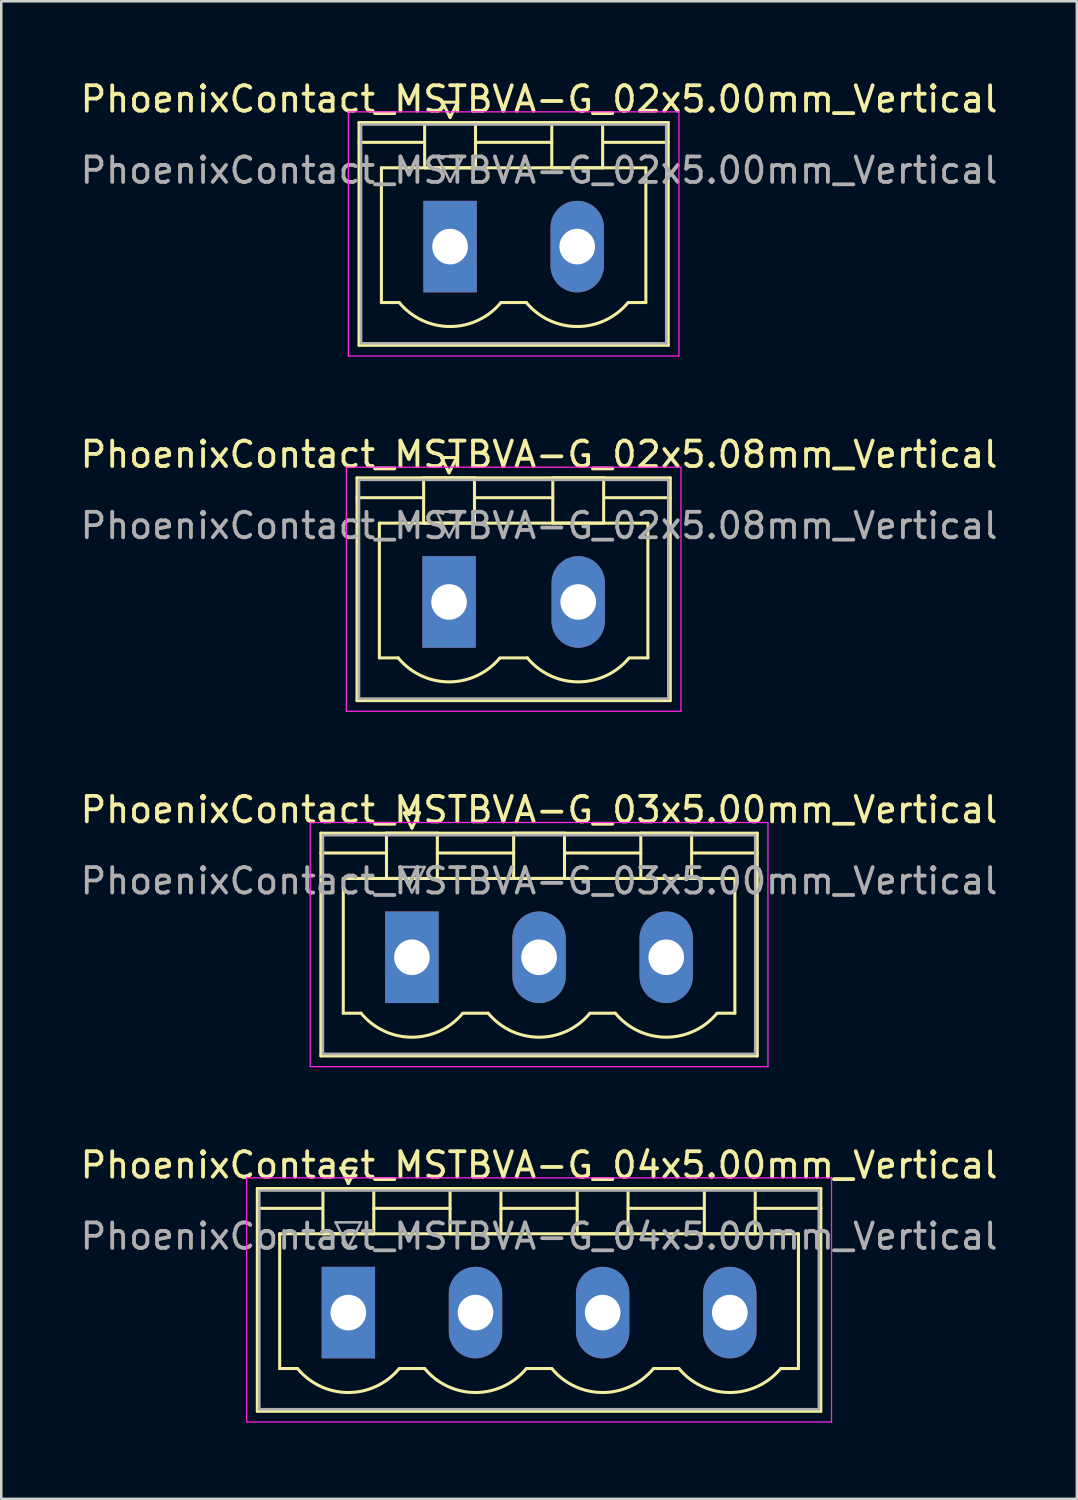
<source format=kicad_pcb>
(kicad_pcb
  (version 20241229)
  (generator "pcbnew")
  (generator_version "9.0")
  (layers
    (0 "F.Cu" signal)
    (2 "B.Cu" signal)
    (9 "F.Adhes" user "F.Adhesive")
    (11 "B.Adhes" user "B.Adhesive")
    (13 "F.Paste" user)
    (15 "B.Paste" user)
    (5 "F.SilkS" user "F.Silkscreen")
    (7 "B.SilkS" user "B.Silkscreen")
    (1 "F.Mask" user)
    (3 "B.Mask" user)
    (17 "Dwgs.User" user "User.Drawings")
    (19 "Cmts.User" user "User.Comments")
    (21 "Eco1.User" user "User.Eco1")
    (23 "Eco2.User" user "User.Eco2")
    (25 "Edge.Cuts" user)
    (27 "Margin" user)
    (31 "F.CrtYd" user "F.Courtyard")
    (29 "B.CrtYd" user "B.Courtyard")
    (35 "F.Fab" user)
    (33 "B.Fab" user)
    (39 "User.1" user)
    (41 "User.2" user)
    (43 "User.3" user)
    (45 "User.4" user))
  (footprint "PhoenixContact_MSTBVA-G_02x5.08mm_Vertical"
    (layer "F.Cu")
    (at 14.609 20.622)
    (property "Reference" "PhoenixContact_MSTBVA-G_02x5.08mm_Vertical" (at 3.54 -5.8 0) (layer "F.SilkS") (effects (font (size 1 1) (thickness 0.15))))
    (attr through_hole)
    (fp_line (start -3.62 -4.88) (end -3.62 3.88) (stroke (width 0.12) (type solid)) (layer "F.SilkS"))
    (fp_line (start -3.62 -4.1) (end -1.08 -4.1) (stroke (width 0.12) (type solid)) (layer "F.SilkS"))
    (fp_line (start -3.62 3.88) (end 8.7 3.88) (stroke (width 0.12) (type solid)) (layer "F.SilkS"))
    (fp_line (start -2.74 -3.1) (end 7.82 -3.1) (stroke (width 0.12) (type solid)) (layer "F.SilkS"))
    (fp_line (start -2.74 2.2) (end -2.74 -3.1) (stroke (width 0.12) (type solid)) (layer "F.SilkS"))
    (fp_line (start -2 2.2) (end -2.74 2.2) (stroke (width 0.12) (type solid)) (layer "F.SilkS"))
    (fp_line (start -1 -4.88) (end 1 -4.88) (stroke (width 0.12) (type solid)) (layer "F.SilkS"))
    (fp_line (start -1 -3.1) (end -1 -4.88) (stroke (width 0.12) (type solid)) (layer "F.SilkS"))
    (fp_line (start -0.3 -5.68) (end 0.3 -5.68) (stroke (width 0.12) (type solid)) (layer "F.SilkS"))
    (fp_line (start 0 -5.08) (end -0.3 -5.68) (stroke (width 0.12) (type solid)) (layer "F.SilkS"))
    (fp_line (start 0.3 -5.68) (end 0 -5.08) (stroke (width 0.12) (type solid)) (layer "F.SilkS"))
    (fp_line (start 1 -4.88) (end 1 -3.1) (stroke (width 0.12) (type solid)) (layer "F.SilkS"))
    (fp_line (start 1 -4.1) (end 4.08 -4.1) (stroke (width 0.12) (type solid)) (layer "F.SilkS"))
    (fp_line (start 1 -3.1) (end -1 -3.1) (stroke (width 0.12) (type solid)) (layer "F.SilkS"))
    (fp_line (start 2 2.2) (end 3.08 2.2) (stroke (width 0.12) (type solid)) (layer "F.SilkS"))
    (fp_line (start 4.08 -4.88) (end 6.08 -4.88) (stroke (width 0.12) (type solid)) (layer "F.SilkS"))
    (fp_line (start 4.08 -3.1) (end 4.08 -4.88) (stroke (width 0.12) (type solid)) (layer "F.SilkS"))
    (fp_line (start 6.08 -4.88) (end 6.08 -3.1) (stroke (width 0.12) (type solid)) (layer "F.SilkS"))
    (fp_line (start 6.08 -3.1) (end 4.08 -3.1) (stroke (width 0.12) (type solid)) (layer "F.SilkS"))
    (fp_line (start 7.82 -3.1) (end 7.82 2.2) (stroke (width 0.12) (type solid)) (layer "F.SilkS"))
    (fp_line (start 7.82 2.2) (end 7.08 2.2) (stroke (width 0.12) (type solid)) (layer "F.SilkS"))
    (fp_line (start 8.7 -4.88) (end -3.62 -4.88) (stroke (width 0.12) (type solid)) (layer "F.SilkS"))
    (fp_line (start 8.7 -4.1) (end 6.16 -4.1) (stroke (width 0.12) (type solid)) (layer "F.SilkS"))
    (fp_line (start 8.7 3.88) (end 8.7 -4.88) (stroke (width 0.12) (type solid)) (layer "F.SilkS"))
    (fp_arc (start 1.986842 2.215821) (mid -0.010289 3.142758) (end -2 2.2) (stroke (width 0.12) (type solid)) (layer "F.SilkS"))
    (fp_arc (start 7.066842 2.215821) (mid 5.069711 3.142758) (end 3.08 2.2) (stroke (width 0.12) (type solid)) (layer "F.SilkS"))
    (fp_line (start -4.04 -5.3) (end -4.04 4.3) (stroke (width 0.05) (type solid)) (layer "F.CrtYd"))
    (fp_line (start -4.04 4.3) (end 9.12 4.3) (stroke (width 0.05) (type solid)) (layer "F.CrtYd"))
    (fp_line (start 9.12 -5.3) (end -4.04 -5.3) (stroke (width 0.05) (type solid)) (layer "F.CrtYd"))
    (fp_line (start 9.12 4.3) (end 9.12 -5.3) (stroke (width 0.05) (type solid)) (layer "F.CrtYd"))
    (fp_line (start -3.54 -4.8) (end -3.54 3.8) (stroke (width 0.1) (type solid)) (layer "F.Fab"))
    (fp_line (start -3.54 3.8) (end 8.62 3.8) (stroke (width 0.1) (type solid)) (layer "F.Fab"))
    (fp_line (start -0.5 -3.55) (end 0.5 -3.55) (stroke (width 0.1) (type solid)) (layer "F.Fab"))
    (fp_line (start 0 -2.55) (end -0.5 -3.55) (stroke (width 0.1) (type solid)) (layer "F.Fab"))
    (fp_line (start 0.5 -3.55) (end 0 -2.55) (stroke (width 0.1) (type solid)) (layer "F.Fab"))
    (fp_line (start 8.62 -4.8) (end -3.54 -4.8) (stroke (width 0.1) (type solid)) (layer "F.Fab"))
    (fp_line (start 8.62 3.8) (end 8.62 -4.8) (stroke (width 0.1) (type solid)) (layer "F.Fab"))
    (fp_text user "${REFERENCE}" (at 3.54 -3 0) (layer "F.Fab") (effects (font (size 1 1) (thickness 0.15))))
    (pad "1" thru_hole rect (at 0 0) (size 2.1 3.6) (drill 1.4) (layers "*.Cu" "*.Mask"))
    (pad "2" thru_hole oval (at 5.08 0) (size 2.1 3.6) (drill 1.4) (layers "*.Cu" "*.Mask")))
  (footprint "PhoenixContact_MSTBVA-G_02x5.00mm_Vertical"
    (layer "F.Cu")
    (at 14.649 6.648)
    (property "Reference" "PhoenixContact_MSTBVA-G_02x5.00mm_Vertical" (at 3.5 -5.8 0) (layer "F.SilkS") (effects (font (size 1 1) (thickness 0.15))))
    (attr through_hole)
    (fp_line (start -3.58 -4.88) (end -3.58 3.88) (stroke (width 0.12) (type solid)) (layer "F.SilkS"))
    (fp_line (start -3.58 -4.1) (end -1.08 -4.1) (stroke (width 0.12) (type solid)) (layer "F.SilkS"))
    (fp_line (start -3.58 3.88) (end 8.58 3.88) (stroke (width 0.12) (type solid)) (layer "F.SilkS"))
    (fp_line (start -2.7 -3.1) (end 7.7 -3.1) (stroke (width 0.12) (type solid)) (layer "F.SilkS"))
    (fp_line (start -2.7 2.2) (end -2.7 -3.1) (stroke (width 0.12) (type solid)) (layer "F.SilkS"))
    (fp_line (start -2 2.2) (end -2.7 2.2) (stroke (width 0.12) (type solid)) (layer "F.SilkS"))
    (fp_line (start -1 -4.88) (end 1 -4.88) (stroke (width 0.12) (type solid)) (layer "F.SilkS"))
    (fp_line (start -1 -3.1) (end -1 -4.88) (stroke (width 0.12) (type solid)) (layer "F.SilkS"))
    (fp_line (start -0.3 -5.68) (end 0.3 -5.68) (stroke (width 0.12) (type solid)) (layer "F.SilkS"))
    (fp_line (start 0 -5.08) (end -0.3 -5.68) (stroke (width 0.12) (type solid)) (layer "F.SilkS"))
    (fp_line (start 0.3 -5.68) (end 0 -5.08) (stroke (width 0.12) (type solid)) (layer "F.SilkS"))
    (fp_line (start 1 -4.88) (end 1 -3.1) (stroke (width 0.12) (type solid)) (layer "F.SilkS"))
    (fp_line (start 1 -4.1) (end 4 -4.1) (stroke (width 0.12) (type solid)) (layer "F.SilkS"))
    (fp_line (start 1 -3.1) (end -1 -3.1) (stroke (width 0.12) (type solid)) (layer "F.SilkS"))
    (fp_line (start 2 2.2) (end 3 2.2) (stroke (width 0.12) (type solid)) (layer "F.SilkS"))
    (fp_line (start 4 -4.88) (end 6 -4.88) (stroke (width 0.12) (type solid)) (layer "F.SilkS"))
    (fp_line (start 4 -3.1) (end 4 -4.88) (stroke (width 0.12) (type solid)) (layer "F.SilkS"))
    (fp_line (start 6 -4.88) (end 6 -3.1) (stroke (width 0.12) (type solid)) (layer "F.SilkS"))
    (fp_line (start 6 -3.1) (end 4 -3.1) (stroke (width 0.12) (type solid)) (layer "F.SilkS"))
    (fp_line (start 7.7 -3.1) (end 7.7 2.2) (stroke (width 0.12) (type solid)) (layer "F.SilkS"))
    (fp_line (start 7.7 2.2) (end 7 2.2) (stroke (width 0.12) (type solid)) (layer "F.SilkS"))
    (fp_line (start 8.58 -4.88) (end -3.58 -4.88) (stroke (width 0.12) (type solid)) (layer "F.SilkS"))
    (fp_line (start 8.58 -4.1) (end 6.08 -4.1) (stroke (width 0.12) (type solid)) (layer "F.SilkS"))
    (fp_line (start 8.58 3.88) (end 8.58 -4.88) (stroke (width 0.12) (type solid)) (layer "F.SilkS"))
    (fp_arc (start 1.986842 2.215821) (mid -0.010289 3.142758) (end -2 2.2) (stroke (width 0.12) (type solid)) (layer "F.SilkS"))
    (fp_arc (start 6.986842 2.215821) (mid 4.989711 3.142758) (end 3 2.2) (stroke (width 0.12) (type solid)) (layer "F.SilkS"))
    (fp_line (start -4 -5.3) (end -4 4.3) (stroke (width 0.05) (type solid)) (layer "F.CrtYd"))
    (fp_line (start -4 4.3) (end 9 4.3) (stroke (width 0.05) (type solid)) (layer "F.CrtYd"))
    (fp_line (start 9 -5.3) (end -4 -5.3) (stroke (width 0.05) (type solid)) (layer "F.CrtYd"))
    (fp_line (start 9 4.3) (end 9 -5.3) (stroke (width 0.05) (type solid)) (layer "F.CrtYd"))
    (fp_line (start -3.5 -4.8) (end -3.5 3.8) (stroke (width 0.1) (type solid)) (layer "F.Fab"))
    (fp_line (start -3.5 3.8) (end 8.5 3.8) (stroke (width 0.1) (type solid)) (layer "F.Fab"))
    (fp_line (start -0.5 -3.55) (end 0.5 -3.55) (stroke (width 0.1) (type solid)) (layer "F.Fab"))
    (fp_line (start 0 -2.55) (end -0.5 -3.55) (stroke (width 0.1) (type solid)) (layer "F.Fab"))
    (fp_line (start 0.5 -3.55) (end 0 -2.55) (stroke (width 0.1) (type solid)) (layer "F.Fab"))
    (fp_line (start 8.5 -4.8) (end -3.5 -4.8) (stroke (width 0.1) (type solid)) (layer "F.Fab"))
    (fp_line (start 8.5 3.8) (end 8.5 -4.8) (stroke (width 0.1) (type solid)) (layer "F.Fab"))
    (fp_text user "${REFERENCE}" (at 3.5 -3 0) (layer "F.Fab") (effects (font (size 1 1) (thickness 0.15))))
    (pad "1" thru_hole rect (at 0 0) (size 2.1 3.6) (drill 1.4) (layers "*.Cu" "*.Mask"))
    (pad "2" thru_hole oval (at 5 0) (size 2.1 3.6) (drill 1.4) (layers "*.Cu" "*.Mask")))
  (footprint "PhoenixContact_MSTBVA-G_04x5.00mm_Vertical"
    (layer "F.Cu")
    (at 10.649 48.568)
    (property "Reference" "PhoenixContact_MSTBVA-G_04x5.00mm_Vertical" (at 7.5 -5.8 0) (layer "F.SilkS") (effects (font (size 1 1) (thickness 0.15))))
    (attr through_hole)
    (fp_line (start -3.58 -4.88) (end -3.58 3.88) (stroke (width 0.12) (type solid)) (layer "F.SilkS"))
    (fp_line (start -3.58 -4.1) (end -1.08 -4.1) (stroke (width 0.12) (type solid)) (layer "F.SilkS"))
    (fp_line (start -3.58 3.88) (end 18.58 3.88) (stroke (width 0.12) (type solid)) (layer "F.SilkS"))
    (fp_line (start -2.7 -3.1) (end 17.7 -3.1) (stroke (width 0.12) (type solid)) (layer "F.SilkS"))
    (fp_line (start -2.7 2.2) (end -2.7 -3.1) (stroke (width 0.12) (type solid)) (layer "F.SilkS"))
    (fp_line (start -2 2.2) (end -2.7 2.2) (stroke (width 0.12) (type solid)) (layer "F.SilkS"))
    (fp_line (start -1 -4.88) (end 1 -4.88) (stroke (width 0.12) (type solid)) (layer "F.SilkS"))
    (fp_line (start -1 -3.1) (end -1 -4.88) (stroke (width 0.12) (type solid)) (layer "F.SilkS"))
    (fp_line (start -0.3 -5.68) (end 0.3 -5.68) (stroke (width 0.12) (type solid)) (layer "F.SilkS"))
    (fp_line (start 0 -5.08) (end -0.3 -5.68) (stroke (width 0.12) (type solid)) (layer "F.SilkS"))
    (fp_line (start 0.3 -5.68) (end 0 -5.08) (stroke (width 0.12) (type solid)) (layer "F.SilkS"))
    (fp_line (start 1 -4.88) (end 1 -3.1) (stroke (width 0.12) (type solid)) (layer "F.SilkS"))
    (fp_line (start 1 -4.1) (end 4 -4.1) (stroke (width 0.12) (type solid)) (layer "F.SilkS"))
    (fp_line (start 1 -3.1) (end -1 -3.1) (stroke (width 0.12) (type solid)) (layer "F.SilkS"))
    (fp_line (start 2 2.2) (end 3 2.2) (stroke (width 0.12) (type solid)) (layer "F.SilkS"))
    (fp_line (start 4 -4.88) (end 6 -4.88) (stroke (width 0.12) (type solid)) (layer "F.SilkS"))
    (fp_line (start 4 -3.1) (end 4 -4.88) (stroke (width 0.12) (type solid)) (layer "F.SilkS"))
    (fp_line (start 6 -4.88) (end 6 -3.1) (stroke (width 0.12) (type solid)) (layer "F.SilkS"))
    (fp_line (start 6 -4.1) (end 9 -4.1) (stroke (width 0.12) (type solid)) (layer "F.SilkS"))
    (fp_line (start 6 -3.1) (end 4 -3.1) (stroke (width 0.12) (type solid)) (layer "F.SilkS"))
    (fp_line (start 7 2.2) (end 8 2.2) (stroke (width 0.12) (type solid)) (layer "F.SilkS"))
    (fp_line (start 9 -4.88) (end 11 -4.88) (stroke (width 0.12) (type solid)) (layer "F.SilkS"))
    (fp_line (start 9 -3.1) (end 9 -4.88) (stroke (width 0.12) (type solid)) (layer "F.SilkS"))
    (fp_line (start 11 -4.88) (end 11 -3.1) (stroke (width 0.12) (type solid)) (layer "F.SilkS"))
    (fp_line (start 11 -4.1) (end 14 -4.1) (stroke (width 0.12) (type solid)) (layer "F.SilkS"))
    (fp_line (start 11 -3.1) (end 9 -3.1) (stroke (width 0.12) (type solid)) (layer "F.SilkS"))
    (fp_line (start 12 2.2) (end 13 2.2) (stroke (width 0.12) (type solid)) (layer "F.SilkS"))
    (fp_line (start 14 -4.88) (end 16 -4.88) (stroke (width 0.12) (type solid)) (layer "F.SilkS"))
    (fp_line (start 14 -3.1) (end 14 -4.88) (stroke (width 0.12) (type solid)) (layer "F.SilkS"))
    (fp_line (start 16 -4.88) (end 16 -3.1) (stroke (width 0.12) (type solid)) (layer "F.SilkS"))
    (fp_line (start 16 -3.1) (end 14 -3.1) (stroke (width 0.12) (type solid)) (layer "F.SilkS"))
    (fp_line (start 17.7 -3.1) (end 17.7 2.2) (stroke (width 0.12) (type solid)) (layer "F.SilkS"))
    (fp_line (start 17.7 2.2) (end 17 2.2) (stroke (width 0.12) (type solid)) (layer "F.SilkS"))
    (fp_line (start 18.58 -4.88) (end -3.58 -4.88) (stroke (width 0.12) (type solid)) (layer "F.SilkS"))
    (fp_line (start 18.58 -4.1) (end 16.08 -4.1) (stroke (width 0.12) (type solid)) (layer "F.SilkS"))
    (fp_line (start 18.58 3.88) (end 18.58 -4.88) (stroke (width 0.12) (type solid)) (layer "F.SilkS"))
    (fp_arc (start 1.986842 2.215821) (mid -0.010289 3.142758) (end -2 2.2) (stroke (width 0.12) (type solid)) (layer "F.SilkS"))
    (fp_arc (start 6.986842 2.215821) (mid 4.989711 3.142758) (end 3 2.2) (stroke (width 0.12) (type solid)) (layer "F.SilkS"))
    (fp_arc (start 11.986842 2.215821) (mid 9.989711 3.142758) (end 8 2.2) (stroke (width 0.12) (type solid)) (layer "F.SilkS"))
    (fp_arc (start 16.986842 2.215821) (mid 14.989711 3.142758) (end 13 2.2) (stroke (width 0.12) (type solid)) (layer "F.SilkS"))
    (fp_line (start -4 -5.3) (end -4 4.3) (stroke (width 0.05) (type solid)) (layer "F.CrtYd"))
    (fp_line (start -4 4.3) (end 19 4.3) (stroke (width 0.05) (type solid)) (layer "F.CrtYd"))
    (fp_line (start 19 -5.3) (end -4 -5.3) (stroke (width 0.05) (type solid)) (layer "F.CrtYd"))
    (fp_line (start 19 4.3) (end 19 -5.3) (stroke (width 0.05) (type solid)) (layer "F.CrtYd"))
    (fp_line (start -3.5 -4.8) (end -3.5 3.8) (stroke (width 0.1) (type solid)) (layer "F.Fab"))
    (fp_line (start -3.5 3.8) (end 18.5 3.8) (stroke (width 0.1) (type solid)) (layer "F.Fab"))
    (fp_line (start -0.5 -3.55) (end 0.5 -3.55) (stroke (width 0.1) (type solid)) (layer "F.Fab"))
    (fp_line (start 0 -2.55) (end -0.5 -3.55) (stroke (width 0.1) (type solid)) (layer "F.Fab"))
    (fp_line (start 0.5 -3.55) (end 0 -2.55) (stroke (width 0.1) (type solid)) (layer "F.Fab"))
    (fp_line (start 18.5 -4.8) (end -3.5 -4.8) (stroke (width 0.1) (type solid)) (layer "F.Fab"))
    (fp_line (start 18.5 3.8) (end 18.5 -4.8) (stroke (width 0.1) (type solid)) (layer "F.Fab"))
    (fp_text user "${REFERENCE}" (at 7.5 -3 0) (layer "F.Fab") (effects (font (size 1 1) (thickness 0.15))))
    (pad "1" thru_hole rect (at 0 0) (size 2.1 3.6) (drill 1.4) (layers "*.Cu" "*.Mask"))
    (pad "2" thru_hole oval (at 5 0) (size 2.1 3.6) (drill 1.4) (layers "*.Cu" "*.Mask"))
    (pad "3" thru_hole oval (at 10 0) (size 2.1 3.6) (drill 1.4) (layers "*.Cu" "*.Mask"))
    (pad "4" thru_hole oval (at 15 0) (size 2.1 3.6) (drill 1.4) (layers "*.Cu" "*.Mask")))
  (footprint "PhoenixContact_MSTBVA-G_03x5.00mm_Vertical"
    (layer "F.Cu")
    (at 13.149 34.595)
    (property "Reference" "PhoenixContact_MSTBVA-G_03x5.00mm_Vertical" (at 5 -5.8 0) (layer "F.SilkS") (effects (font (size 1 1) (thickness 0.15))))
    (attr through_hole)
    (fp_line (start -3.58 -4.88) (end -3.58 3.88) (stroke (width 0.12) (type solid)) (layer "F.SilkS"))
    (fp_line (start -3.58 -4.1) (end -1.08 -4.1) (stroke (width 0.12) (type solid)) (layer "F.SilkS"))
    (fp_line (start -3.58 3.88) (end 13.58 3.88) (stroke (width 0.12) (type solid)) (layer "F.SilkS"))
    (fp_line (start -2.7 -3.1) (end 12.7 -3.1) (stroke (width 0.12) (type solid)) (layer "F.SilkS"))
    (fp_line (start -2.7 2.2) (end -2.7 -3.1) (stroke (width 0.12) (type solid)) (layer "F.SilkS"))
    (fp_line (start -2 2.2) (end -2.7 2.2) (stroke (width 0.12) (type solid)) (layer "F.SilkS"))
    (fp_line (start -1 -4.88) (end 1 -4.88) (stroke (width 0.12) (type solid)) (layer "F.SilkS"))
    (fp_line (start -1 -3.1) (end -1 -4.88) (stroke (width 0.12) (type solid)) (layer "F.SilkS"))
    (fp_line (start -0.3 -5.68) (end 0.3 -5.68) (stroke (width 0.12) (type solid)) (layer "F.SilkS"))
    (fp_line (start 0 -5.08) (end -0.3 -5.68) (stroke (width 0.12) (type solid)) (layer "F.SilkS"))
    (fp_line (start 0.3 -5.68) (end 0 -5.08) (stroke (width 0.12) (type solid)) (layer "F.SilkS"))
    (fp_line (start 1 -4.88) (end 1 -3.1) (stroke (width 0.12) (type solid)) (layer "F.SilkS"))
    (fp_line (start 1 -4.1) (end 4 -4.1) (stroke (width 0.12) (type solid)) (layer "F.SilkS"))
    (fp_line (start 1 -3.1) (end -1 -3.1) (stroke (width 0.12) (type solid)) (layer "F.SilkS"))
    (fp_line (start 2 2.2) (end 3 2.2) (stroke (width 0.12) (type solid)) (layer "F.SilkS"))
    (fp_line (start 4 -4.88) (end 6 -4.88) (stroke (width 0.12) (type solid)) (layer "F.SilkS"))
    (fp_line (start 4 -3.1) (end 4 -4.88) (stroke (width 0.12) (type solid)) (layer "F.SilkS"))
    (fp_line (start 6 -4.88) (end 6 -3.1) (stroke (width 0.12) (type solid)) (layer "F.SilkS"))
    (fp_line (start 6 -4.1) (end 9 -4.1) (stroke (width 0.12) (type solid)) (layer "F.SilkS"))
    (fp_line (start 6 -3.1) (end 4 -3.1) (stroke (width 0.12) (type solid)) (layer "F.SilkS"))
    (fp_line (start 7 2.2) (end 8 2.2) (stroke (width 0.12) (type solid)) (layer "F.SilkS"))
    (fp_line (start 9 -4.88) (end 11 -4.88) (stroke (width 0.12) (type solid)) (layer "F.SilkS"))
    (fp_line (start 9 -3.1) (end 9 -4.88) (stroke (width 0.12) (type solid)) (layer "F.SilkS"))
    (fp_line (start 11 -4.88) (end 11 -3.1) (stroke (width 0.12) (type solid)) (layer "F.SilkS"))
    (fp_line (start 11 -3.1) (end 9 -3.1) (stroke (width 0.12) (type solid)) (layer "F.SilkS"))
    (fp_line (start 12.7 -3.1) (end 12.7 2.2) (stroke (width 0.12) (type solid)) (layer "F.SilkS"))
    (fp_line (start 12.7 2.2) (end 12 2.2) (stroke (width 0.12) (type solid)) (layer "F.SilkS"))
    (fp_line (start 13.58 -4.88) (end -3.58 -4.88) (stroke (width 0.12) (type solid)) (layer "F.SilkS"))
    (fp_line (start 13.58 -4.1) (end 11.08 -4.1) (stroke (width 0.12) (type solid)) (layer "F.SilkS"))
    (fp_line (start 13.58 3.88) (end 13.58 -4.88) (stroke (width 0.12) (type solid)) (layer "F.SilkS"))
    (fp_arc (start 1.986842 2.215821) (mid -0.010289 3.142758) (end -2 2.2) (stroke (width 0.12) (type solid)) (layer "F.SilkS"))
    (fp_arc (start 6.986842 2.215821) (mid 4.989711 3.142758) (end 3 2.2) (stroke (width 0.12) (type solid)) (layer "F.SilkS"))
    (fp_arc (start 11.986842 2.215821) (mid 9.989711 3.142758) (end 8 2.2) (stroke (width 0.12) (type solid)) (layer "F.SilkS"))
    (fp_line (start -4 -5.3) (end -4 4.3) (stroke (width 0.05) (type solid)) (layer "F.CrtYd"))
    (fp_line (start -4 4.3) (end 14 4.3) (stroke (width 0.05) (type solid)) (layer "F.CrtYd"))
    (fp_line (start 14 -5.3) (end -4 -5.3) (stroke (width 0.05) (type solid)) (layer "F.CrtYd"))
    (fp_line (start 14 4.3) (end 14 -5.3) (stroke (width 0.05) (type solid)) (layer "F.CrtYd"))
    (fp_line (start -3.5 -4.8) (end -3.5 3.8) (stroke (width 0.1) (type solid)) (layer "F.Fab"))
    (fp_line (start -3.5 3.8) (end 13.5 3.8) (stroke (width 0.1) (type solid)) (layer "F.Fab"))
    (fp_line (start -0.5 -3.55) (end 0.5 -3.55) (stroke (width 0.1) (type solid)) (layer "F.Fab"))
    (fp_line (start 0 -2.55) (end -0.5 -3.55) (stroke (width 0.1) (type solid)) (layer "F.Fab"))
    (fp_line (start 0.5 -3.55) (end 0 -2.55) (stroke (width 0.1) (type solid)) (layer "F.Fab"))
    (fp_line (start 13.5 -4.8) (end -3.5 -4.8) (stroke (width 0.1) (type solid)) (layer "F.Fab"))
    (fp_line (start 13.5 3.8) (end 13.5 -4.8) (stroke (width 0.1) (type solid)) (layer "F.Fab"))
    (fp_text user "${REFERENCE}" (at 5 -3 0) (layer "F.Fab") (effects (font (size 1 1) (thickness 0.15))))
    (pad "1" thru_hole rect (at 0 0) (size 2.1 3.6) (drill 1.4) (layers "*.Cu" "*.Mask"))
    (pad "2" thru_hole oval (at 5 0) (size 2.1 3.6) (drill 1.4) (layers "*.Cu" "*.Mask"))
    (pad "3" thru_hole oval (at 10 0) (size 2.1 3.6) (drill 1.4) (layers "*.Cu" "*.Mask")))
  (gr_rect
    (start -3 -3)
    (end 39.298 55.893)
    (stroke (width 0.1) (type default))
    (fill no)
    (layer "Edge.Cuts")))
</source>
